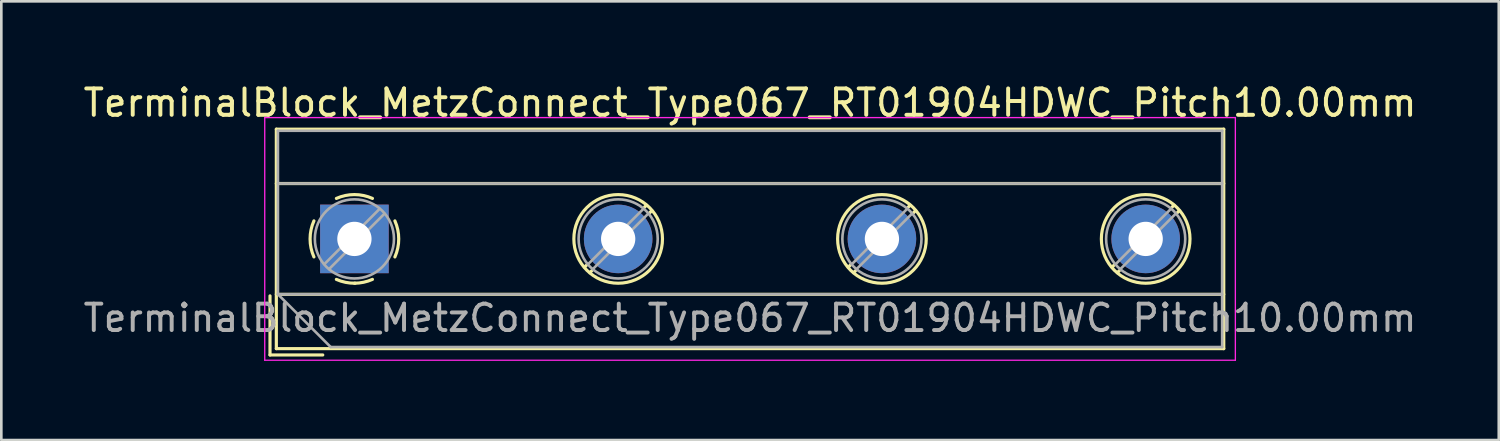
<source format=kicad_pcb>
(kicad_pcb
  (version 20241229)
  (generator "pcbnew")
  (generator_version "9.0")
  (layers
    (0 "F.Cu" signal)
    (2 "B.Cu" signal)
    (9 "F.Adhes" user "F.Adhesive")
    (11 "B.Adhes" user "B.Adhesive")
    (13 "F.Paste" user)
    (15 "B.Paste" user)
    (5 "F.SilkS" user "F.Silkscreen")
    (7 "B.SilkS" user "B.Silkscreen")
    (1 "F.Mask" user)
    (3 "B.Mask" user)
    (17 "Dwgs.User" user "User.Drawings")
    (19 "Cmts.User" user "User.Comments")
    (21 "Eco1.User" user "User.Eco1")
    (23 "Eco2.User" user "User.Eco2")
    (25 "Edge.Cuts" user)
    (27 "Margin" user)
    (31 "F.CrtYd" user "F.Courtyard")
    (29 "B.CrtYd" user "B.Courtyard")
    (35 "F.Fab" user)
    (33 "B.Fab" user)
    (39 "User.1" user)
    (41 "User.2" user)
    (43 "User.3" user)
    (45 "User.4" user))
  (footprint "TerminalBlock_MetzConnect_Type067_RT01904HDWC_Pitch10.00mm"
    (layer "F.Cu")
    (at 10.387 6.008)
    (property "Reference" "TerminalBlock_MetzConnect_Type067_RT01904HDWC_Pitch10.00mm" (at 15 -5.16 0) (layer "F.SilkS") (effects (font (size 1 1) (thickness 0.15))))
    (attr through_hole)
    (fp_line (start -3.2 2.16) (end -3.2 4.4) (stroke (width 0.12) (type solid)) (layer "F.SilkS"))
    (fp_line (start -3.2 4.4) (end -1.2 4.4) (stroke (width 0.12) (type solid)) (layer "F.SilkS"))
    (fp_line (start -2.96 -4.16) (end -2.96 4.16) (stroke (width 0.12) (type solid)) (layer "F.SilkS"))
    (fp_line (start -2.96 -2.1) (end 32.96 -2.1) (stroke (width 0.12) (type solid)) (layer "F.SilkS"))
    (fp_line (start -2.96 2.1) (end 32.96 2.1) (stroke (width 0.12) (type solid)) (layer "F.SilkS"))
    (fp_line (start -2.96 4.16) (end 32.96 4.16) (stroke (width 0.12) (type solid)) (layer "F.SilkS"))
    (fp_line (start 8.82 0.976) (end 8.726 1.069) (stroke (width 0.12) (type solid)) (layer "F.SilkS"))
    (fp_line (start 9.002 1.204) (end 8.931 1.274) (stroke (width 0.12) (type solid)) (layer "F.SilkS"))
    (fp_line (start 11.07 -1.275) (end 10.999 -1.204) (stroke (width 0.12) (type solid)) (layer "F.SilkS"))
    (fp_line (start 11.275 -1.069) (end 11.181 -0.976) (stroke (width 0.12) (type solid)) (layer "F.SilkS"))
    (fp_line (start 18.82 0.976) (end 18.726 1.069) (stroke (width 0.12) (type solid)) (layer "F.SilkS"))
    (fp_line (start 19.002 1.204) (end 18.931 1.274) (stroke (width 0.12) (type solid)) (layer "F.SilkS"))
    (fp_line (start 21.07 -1.275) (end 20.999 -1.204) (stroke (width 0.12) (type solid)) (layer "F.SilkS"))
    (fp_line (start 21.275 -1.069) (end 21.181 -0.976) (stroke (width 0.12) (type solid)) (layer "F.SilkS"))
    (fp_line (start 28.82 0.976) (end 28.726 1.069) (stroke (width 0.12) (type solid)) (layer "F.SilkS"))
    (fp_line (start 29.002 1.204) (end 28.931 1.274) (stroke (width 0.12) (type solid)) (layer "F.SilkS"))
    (fp_line (start 31.07 -1.275) (end 30.999 -1.204) (stroke (width 0.12) (type solid)) (layer "F.SilkS"))
    (fp_line (start 31.275 -1.069) (end 31.181 -0.976) (stroke (width 0.12) (type solid)) (layer "F.SilkS"))
    (fp_line (start 32.96 -4.16) (end -2.96 -4.16) (stroke (width 0.12) (type solid)) (layer "F.SilkS"))
    (fp_line (start 32.96 4.16) (end 32.96 -4.16) (stroke (width 0.12) (type solid)) (layer "F.SilkS"))
    (fp_arc (start -1.535427 0.683042) (mid -1.680501 -0.000524) (end -1.535 -0.684) (stroke (width 0.12) (type solid)) (layer "F.SilkS"))
    (fp_arc (start -0.683042 -1.535427) (mid 0.000524 -1.680501) (end 0.684 -1.535) (stroke (width 0.12) (type solid)) (layer "F.SilkS"))
    (fp_arc (start 0.028805 1.680253) (mid -0.335551 1.646659) (end -0.684 1.535) (stroke (width 0.12) (type solid)) (layer "F.SilkS"))
    (fp_arc (start 0.683318 1.534756) (mid 0.349292 1.643288) (end 0 1.68) (stroke (width 0.12) (type solid)) (layer "F.SilkS"))
    (fp_arc (start 1.535427 -0.683042) (mid 1.680501 0.000524) (end 1.535 0.684) (stroke (width 0.12) (type solid)) (layer "F.SilkS"))
    (fp_circle (center 10 0) (end 11.68 0) (stroke (width 0.12) (type solid)) (fill no) (layer "F.SilkS"))
    (fp_circle (center 20 0) (end 21.68 0) (stroke (width 0.12) (type solid)) (fill no) (layer "F.SilkS"))
    (fp_circle (center 30 0) (end 31.68 0) (stroke (width 0.12) (type solid)) (fill no) (layer "F.SilkS"))
    (fp_line (start -3.4 -4.6) (end -3.4 4.6) (stroke (width 0.05) (type solid)) (layer "F.CrtYd"))
    (fp_line (start -3.4 4.6) (end 33.4 4.6) (stroke (width 0.05) (type solid)) (layer "F.CrtYd"))
    (fp_line (start 33.4 -4.6) (end -3.4 -4.6) (stroke (width 0.05) (type solid)) (layer "F.CrtYd"))
    (fp_line (start 33.4 4.6) (end 33.4 -4.6) (stroke (width 0.05) (type solid)) (layer "F.CrtYd"))
    (fp_line (start -2.9 -4.1) (end 32.9 -4.1) (stroke (width 0.1) (type solid)) (layer "F.Fab"))
    (fp_line (start -2.9 -2.1) (end 32.9 -2.1) (stroke (width 0.1) (type solid)) (layer "F.Fab"))
    (fp_line (start -2.9 2.1) (end -2.9 -4.1) (stroke (width 0.1) (type solid)) (layer "F.Fab"))
    (fp_line (start -2.9 2.1) (end 32.9 2.1) (stroke (width 0.1) (type solid)) (layer "F.Fab"))
    (fp_line (start -0.9 4.1) (end -2.9 2.1) (stroke (width 0.1) (type solid)) (layer "F.Fab"))
    (fp_line (start 0.955 -1.138) (end -1.138 0.955) (stroke (width 0.1) (type solid)) (layer "F.Fab"))
    (fp_line (start 1.138 -0.955) (end -0.955 1.138) (stroke (width 0.1) (type solid)) (layer "F.Fab"))
    (fp_line (start 10.955 -1.138) (end 8.863 0.955) (stroke (width 0.1) (type solid)) (layer "F.Fab"))
    (fp_line (start 11.138 -0.955) (end 9.046 1.138) (stroke (width 0.1) (type solid)) (layer "F.Fab"))
    (fp_line (start 20.955 -1.138) (end 18.863 0.955) (stroke (width 0.1) (type solid)) (layer "F.Fab"))
    (fp_line (start 21.138 -0.955) (end 19.046 1.138) (stroke (width 0.1) (type solid)) (layer "F.Fab"))
    (fp_line (start 30.955 -1.138) (end 28.863 0.955) (stroke (width 0.1) (type solid)) (layer "F.Fab"))
    (fp_line (start 31.138 -0.955) (end 29.046 1.138) (stroke (width 0.1) (type solid)) (layer "F.Fab"))
    (fp_line (start 32.9 -4.1) (end 32.9 4.1) (stroke (width 0.1) (type solid)) (layer "F.Fab"))
    (fp_line (start 32.9 4.1) (end -0.9 4.1) (stroke (width 0.1) (type solid)) (layer "F.Fab"))
    (fp_circle (center 0 0) (end 1.5 0) (stroke (width 0.1) (type solid)) (fill no) (layer "F.Fab"))
    (fp_circle (center 10 0) (end 11.5 0) (stroke (width 0.1) (type solid)) (fill no) (layer "F.Fab"))
    (fp_circle (center 20 0) (end 21.5 0) (stroke (width 0.1) (type solid)) (fill no) (layer "F.Fab"))
    (fp_circle (center 30 0) (end 31.5 0) (stroke (width 0.1) (type solid)) (fill no) (layer "F.Fab"))
    (fp_text user "${REFERENCE}" (at 15 3 0) (layer "F.Fab") (effects (font (size 1 1) (thickness 0.15))))
    (pad "1" thru_hole rect (at 0 0) (size 2.6 2.6) (drill 1.3) (layers "*.Cu" "*.Mask"))
    (pad "2" thru_hole oval (at 10 0) (size 2.6 2.6) (drill 1.3) (layers "*.Cu" "*.Mask"))
    (pad "3" thru_hole oval (at 20 0) (size 2.6 2.6) (drill 1.3) (layers "*.Cu" "*.Mask"))
    (pad "4" thru_hole oval (at 30 0) (size 2.6 2.6) (drill 1.3) (layers "*.Cu" "*.Mask")))
  (gr_rect
    (start -3 -3)
    (end 53.774 13.633)
    (stroke (width 0.1) (type default))
    (fill no)
    (layer "Edge.Cuts")))
</source>
